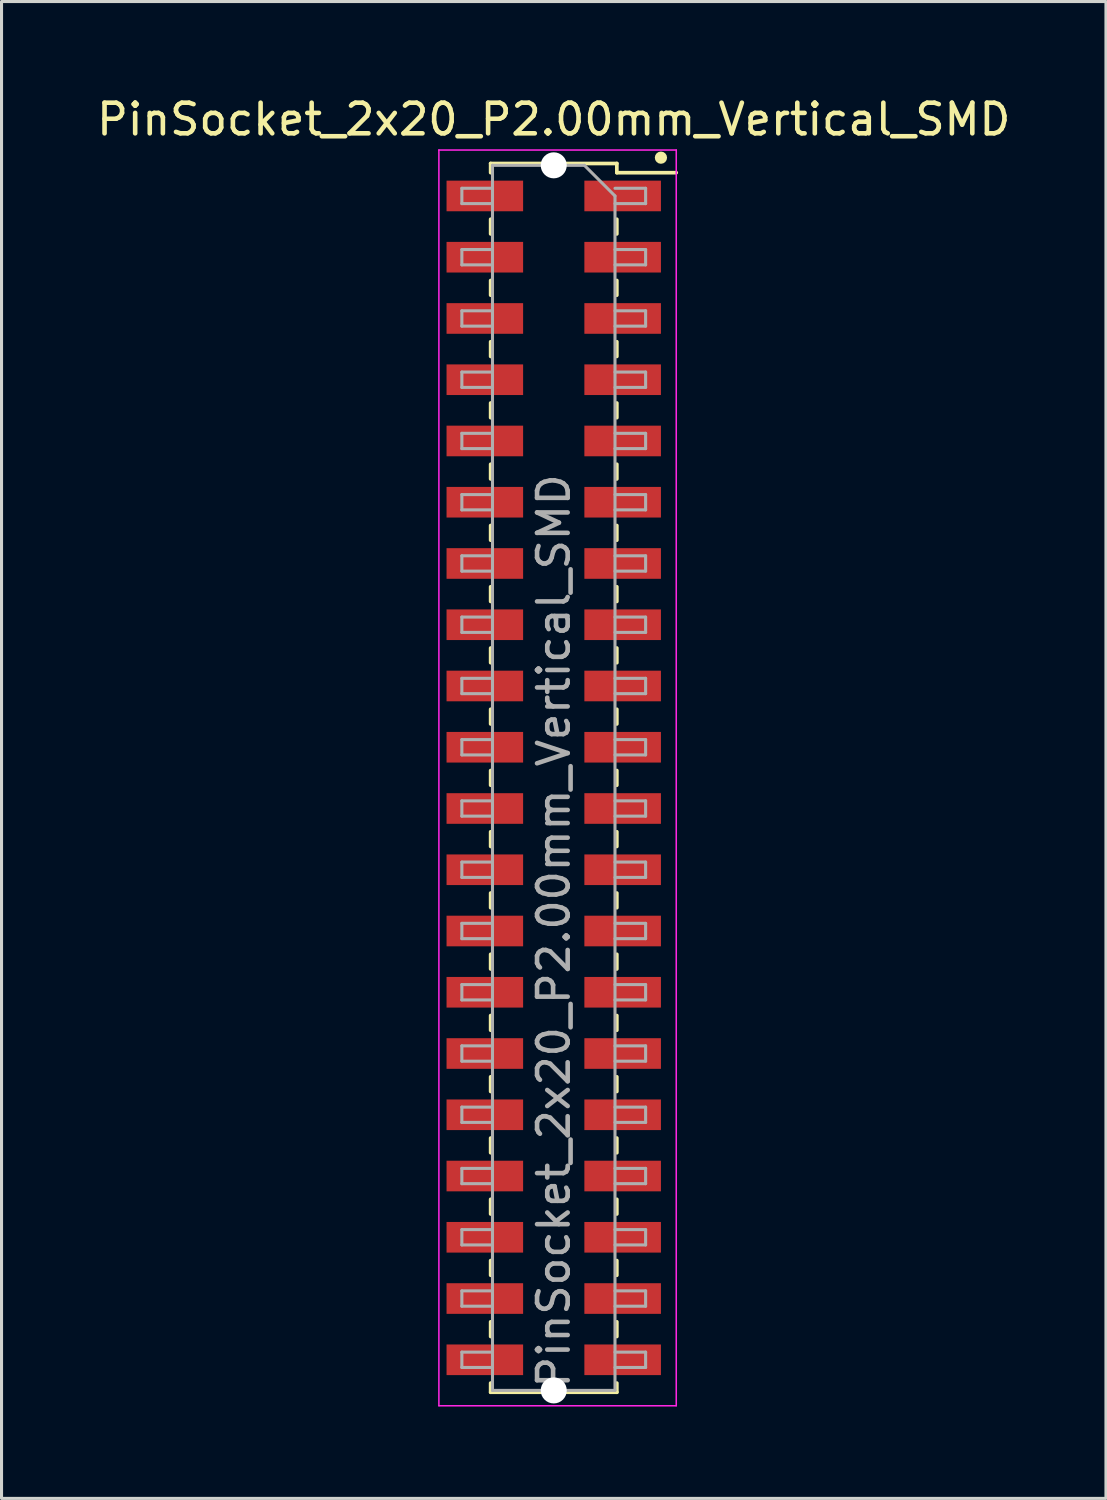
<source format=kicad_pcb>
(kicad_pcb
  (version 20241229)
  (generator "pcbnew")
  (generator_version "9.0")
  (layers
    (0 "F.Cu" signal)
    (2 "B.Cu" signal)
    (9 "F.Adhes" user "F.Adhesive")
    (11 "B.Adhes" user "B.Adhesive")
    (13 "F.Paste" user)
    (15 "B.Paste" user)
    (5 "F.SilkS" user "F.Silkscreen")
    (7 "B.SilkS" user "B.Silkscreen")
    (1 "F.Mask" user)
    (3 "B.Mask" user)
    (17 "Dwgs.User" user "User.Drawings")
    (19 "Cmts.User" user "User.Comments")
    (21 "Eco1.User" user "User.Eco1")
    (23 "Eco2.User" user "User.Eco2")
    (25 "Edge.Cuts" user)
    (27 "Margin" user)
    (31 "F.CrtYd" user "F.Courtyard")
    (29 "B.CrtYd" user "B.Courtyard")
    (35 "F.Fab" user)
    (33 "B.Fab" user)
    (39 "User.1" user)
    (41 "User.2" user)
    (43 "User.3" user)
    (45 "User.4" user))
  (footprint "PinSocket_2x20_P2.00mm_Vertical_SMD"
    (layer "F.Cu")
    (at 15.03 22.348)
    (property "Reference" "PinSocket_2x20_P2.00mm_Vertical_SMD" (at 0 -21.5 0) (layer "F.SilkS") (effects (font (size 1 1) (thickness 0.15))))
    (attr smd)
    (fp_line (start -2.06 -20.06) (end -2.06 -19.76) (stroke (width 0.12) (type solid)) (layer "F.SilkS"))
    (fp_line (start -2.06 -20.06) (end 2.06 -20.06) (stroke (width 0.12) (type solid)) (layer "F.SilkS"))
    (fp_line (start -2.06 -18.24) (end -2.06 -17.76) (stroke (width 0.12) (type solid)) (layer "F.SilkS"))
    (fp_line (start -2.06 -16.24) (end -2.06 -15.76) (stroke (width 0.12) (type solid)) (layer "F.SilkS"))
    (fp_line (start -2.06 -14.24) (end -2.06 -13.76) (stroke (width 0.12) (type solid)) (layer "F.SilkS"))
    (fp_line (start -2.06 -12.24) (end -2.06 -11.76) (stroke (width 0.12) (type solid)) (layer "F.SilkS"))
    (fp_line (start -2.06 -10.24) (end -2.06 -9.76) (stroke (width 0.12) (type solid)) (layer "F.SilkS"))
    (fp_line (start -2.06 -8.24) (end -2.06 -7.76) (stroke (width 0.12) (type solid)) (layer "F.SilkS"))
    (fp_line (start -2.06 -6.24) (end -2.06 -5.76) (stroke (width 0.12) (type solid)) (layer "F.SilkS"))
    (fp_line (start -2.06 -4.24) (end -2.06 -3.76) (stroke (width 0.12) (type solid)) (layer "F.SilkS"))
    (fp_line (start -2.06 -2.24) (end -2.06 -1.76) (stroke (width 0.12) (type solid)) (layer "F.SilkS"))
    (fp_line (start -2.06 -0.24) (end -2.06 0.24) (stroke (width 0.12) (type solid)) (layer "F.SilkS"))
    (fp_line (start -2.06 1.76) (end -2.06 2.24) (stroke (width 0.12) (type solid)) (layer "F.SilkS"))
    (fp_line (start -2.06 3.76) (end -2.06 4.24) (stroke (width 0.12) (type solid)) (layer "F.SilkS"))
    (fp_line (start -2.06 5.76) (end -2.06 6.24) (stroke (width 0.12) (type solid)) (layer "F.SilkS"))
    (fp_line (start -2.06 7.76) (end -2.06 8.24) (stroke (width 0.12) (type solid)) (layer "F.SilkS"))
    (fp_line (start -2.06 9.76) (end -2.06 10.24) (stroke (width 0.12) (type solid)) (layer "F.SilkS"))
    (fp_line (start -2.06 11.76) (end -2.06 12.24) (stroke (width 0.12) (type solid)) (layer "F.SilkS"))
    (fp_line (start -2.06 13.76) (end -2.06 14.24) (stroke (width 0.12) (type solid)) (layer "F.SilkS"))
    (fp_line (start -2.06 15.76) (end -2.06 16.24) (stroke (width 0.12) (type solid)) (layer "F.SilkS"))
    (fp_line (start -2.06 17.76) (end -2.06 18.24) (stroke (width 0.12) (type solid)) (layer "F.SilkS"))
    (fp_line (start -2.06 19.76) (end -2.06 20.06) (stroke (width 0.12) (type solid)) (layer "F.SilkS"))
    (fp_line (start -2.06 20.06) (end 2.06 20.06) (stroke (width 0.12) (type solid)) (layer "F.SilkS"))
    (fp_line (start 2.06 -20.06) (end 2.06 -19.76) (stroke (width 0.12) (type solid)) (layer "F.SilkS"))
    (fp_line (start 2.06 -19.76) (end 4 -19.76) (stroke (width 0.12) (type solid)) (layer "F.SilkS"))
    (fp_line (start 2.06 -18.24) (end 2.06 -17.76) (stroke (width 0.12) (type solid)) (layer "F.SilkS"))
    (fp_line (start 2.06 -16.24) (end 2.06 -15.76) (stroke (width 0.12) (type solid)) (layer "F.SilkS"))
    (fp_line (start 2.06 -14.24) (end 2.06 -13.76) (stroke (width 0.12) (type solid)) (layer "F.SilkS"))
    (fp_line (start 2.06 -12.24) (end 2.06 -11.76) (stroke (width 0.12) (type solid)) (layer "F.SilkS"))
    (fp_line (start 2.06 -10.24) (end 2.06 -9.76) (stroke (width 0.12) (type solid)) (layer "F.SilkS"))
    (fp_line (start 2.06 -8.24) (end 2.06 -7.76) (stroke (width 0.12) (type solid)) (layer "F.SilkS"))
    (fp_line (start 2.06 -6.24) (end 2.06 -5.76) (stroke (width 0.12) (type solid)) (layer "F.SilkS"))
    (fp_line (start 2.06 -4.24) (end 2.06 -3.76) (stroke (width 0.12) (type solid)) (layer "F.SilkS"))
    (fp_line (start 2.06 -2.24) (end 2.06 -1.76) (stroke (width 0.12) (type solid)) (layer "F.SilkS"))
    (fp_line (start 2.06 -0.24) (end 2.06 0.24) (stroke (width 0.12) (type solid)) (layer "F.SilkS"))
    (fp_line (start 2.06 1.76) (end 2.06 2.24) (stroke (width 0.12) (type solid)) (layer "F.SilkS"))
    (fp_line (start 2.06 3.76) (end 2.06 4.24) (stroke (width 0.12) (type solid)) (layer "F.SilkS"))
    (fp_line (start 2.06 5.76) (end 2.06 6.24) (stroke (width 0.12) (type solid)) (layer "F.SilkS"))
    (fp_line (start 2.06 7.76) (end 2.06 8.24) (stroke (width 0.12) (type solid)) (layer "F.SilkS"))
    (fp_line (start 2.06 9.76) (end 2.06 10.24) (stroke (width 0.12) (type solid)) (layer "F.SilkS"))
    (fp_line (start 2.06 11.76) (end 2.06 12.24) (stroke (width 0.12) (type solid)) (layer "F.SilkS"))
    (fp_line (start 2.06 13.76) (end 2.06 14.24) (stroke (width 0.12) (type solid)) (layer "F.SilkS"))
    (fp_line (start 2.06 15.76) (end 2.06 16.24) (stroke (width 0.12) (type solid)) (layer "F.SilkS"))
    (fp_line (start 2.06 17.76) (end 2.06 18.24) (stroke (width 0.12) (type solid)) (layer "F.SilkS"))
    (fp_line (start 2.06 19.76) (end 2.06 20.06) (stroke (width 0.12) (type solid)) (layer "F.SilkS"))
    (fp_circle (center 3.5 -20.25) (end 3.6 -20.25) (stroke (width 0.2) (type solid)) (fill no) (layer "F.SilkS"))
    (fp_line (start -3.75 -20.5) (end 4 -20.5) (stroke (width 0.05) (type solid)) (layer "F.CrtYd"))
    (fp_line (start -3.75 20.5) (end -3.75 -20.5) (stroke (width 0.05) (type solid)) (layer "F.CrtYd"))
    (fp_line (start 4 -20.5) (end 4 20.5) (stroke (width 0.05) (type solid)) (layer "F.CrtYd"))
    (fp_line (start 4 20.5) (end -3.75 20.5) (stroke (width 0.05) (type solid)) (layer "F.CrtYd"))
    (fp_line (start -3 -19.25) (end -2 -19.25) (stroke (width 0.1) (type solid)) (layer "F.Fab"))
    (fp_line (start -3 -18.75) (end -3 -19.25) (stroke (width 0.1) (type solid)) (layer "F.Fab"))
    (fp_line (start -3 -17.25) (end -2 -17.25) (stroke (width 0.1) (type solid)) (layer "F.Fab"))
    (fp_line (start -3 -16.75) (end -3 -17.25) (stroke (width 0.1) (type solid)) (layer "F.Fab"))
    (fp_line (start -3 -15.25) (end -2 -15.25) (stroke (width 0.1) (type solid)) (layer "F.Fab"))
    (fp_line (start -3 -14.75) (end -3 -15.25) (stroke (width 0.1) (type solid)) (layer "F.Fab"))
    (fp_line (start -3 -13.25) (end -2 -13.25) (stroke (width 0.1) (type solid)) (layer "F.Fab"))
    (fp_line (start -3 -12.75) (end -3 -13.25) (stroke (width 0.1) (type solid)) (layer "F.Fab"))
    (fp_line (start -3 -11.25) (end -2 -11.25) (stroke (width 0.1) (type solid)) (layer "F.Fab"))
    (fp_line (start -3 -10.75) (end -3 -11.25) (stroke (width 0.1) (type solid)) (layer "F.Fab"))
    (fp_line (start -3 -9.25) (end -2 -9.25) (stroke (width 0.1) (type solid)) (layer "F.Fab"))
    (fp_line (start -3 -8.75) (end -3 -9.25) (stroke (width 0.1) (type solid)) (layer "F.Fab"))
    (fp_line (start -3 -7.25) (end -2 -7.25) (stroke (width 0.1) (type solid)) (layer "F.Fab"))
    (fp_line (start -3 -6.75) (end -3 -7.25) (stroke (width 0.1) (type solid)) (layer "F.Fab"))
    (fp_line (start -3 -5.25) (end -2 -5.25) (stroke (width 0.1) (type solid)) (layer "F.Fab"))
    (fp_line (start -3 -4.75) (end -3 -5.25) (stroke (width 0.1) (type solid)) (layer "F.Fab"))
    (fp_line (start -3 -3.25) (end -2 -3.25) (stroke (width 0.1) (type solid)) (layer "F.Fab"))
    (fp_line (start -3 -2.75) (end -3 -3.25) (stroke (width 0.1) (type solid)) (layer "F.Fab"))
    (fp_line (start -3 -1.25) (end -2 -1.25) (stroke (width 0.1) (type solid)) (layer "F.Fab"))
    (fp_line (start -3 -0.75) (end -3 -1.25) (stroke (width 0.1) (type solid)) (layer "F.Fab"))
    (fp_line (start -3 0.75) (end -2 0.75) (stroke (width 0.1) (type solid)) (layer "F.Fab"))
    (fp_line (start -3 1.25) (end -3 0.75) (stroke (width 0.1) (type solid)) (layer "F.Fab"))
    (fp_line (start -3 2.75) (end -2 2.75) (stroke (width 0.1) (type solid)) (layer "F.Fab"))
    (fp_line (start -3 3.25) (end -3 2.75) (stroke (width 0.1) (type solid)) (layer "F.Fab"))
    (fp_line (start -3 4.75) (end -2 4.75) (stroke (width 0.1) (type solid)) (layer "F.Fab"))
    (fp_line (start -3 5.25) (end -3 4.75) (stroke (width 0.1) (type solid)) (layer "F.Fab"))
    (fp_line (start -3 6.75) (end -2 6.75) (stroke (width 0.1) (type solid)) (layer "F.Fab"))
    (fp_line (start -3 7.25) (end -3 6.75) (stroke (width 0.1) (type solid)) (layer "F.Fab"))
    (fp_line (start -3 8.75) (end -2 8.75) (stroke (width 0.1) (type solid)) (layer "F.Fab"))
    (fp_line (start -3 9.25) (end -3 8.75) (stroke (width 0.1) (type solid)) (layer "F.Fab"))
    (fp_line (start -3 10.75) (end -2 10.75) (stroke (width 0.1) (type solid)) (layer "F.Fab"))
    (fp_line (start -3 11.25) (end -3 10.75) (stroke (width 0.1) (type solid)) (layer "F.Fab"))
    (fp_line (start -3 12.75) (end -2 12.75) (stroke (width 0.1) (type solid)) (layer "F.Fab"))
    (fp_line (start -3 13.25) (end -3 12.75) (stroke (width 0.1) (type solid)) (layer "F.Fab"))
    (fp_line (start -3 14.75) (end -2 14.75) (stroke (width 0.1) (type solid)) (layer "F.Fab"))
    (fp_line (start -3 15.25) (end -3 14.75) (stroke (width 0.1) (type solid)) (layer "F.Fab"))
    (fp_line (start -3 16.75) (end -2 16.75) (stroke (width 0.1) (type solid)) (layer "F.Fab"))
    (fp_line (start -3 17.25) (end -3 16.75) (stroke (width 0.1) (type solid)) (layer "F.Fab"))
    (fp_line (start -3 18.75) (end -2 18.75) (stroke (width 0.1) (type solid)) (layer "F.Fab"))
    (fp_line (start -3 19.25) (end -3 18.75) (stroke (width 0.1) (type solid)) (layer "F.Fab"))
    (fp_line (start -2 -20) (end 1 -20) (stroke (width 0.1) (type solid)) (layer "F.Fab"))
    (fp_line (start -2 -18.75) (end -3 -18.75) (stroke (width 0.1) (type solid)) (layer "F.Fab"))
    (fp_line (start -2 -16.75) (end -3 -16.75) (stroke (width 0.1) (type solid)) (layer "F.Fab"))
    (fp_line (start -2 -14.75) (end -3 -14.75) (stroke (width 0.1) (type solid)) (layer "F.Fab"))
    (fp_line (start -2 -12.75) (end -3 -12.75) (stroke (width 0.1) (type solid)) (layer "F.Fab"))
    (fp_line (start -2 -10.75) (end -3 -10.75) (stroke (width 0.1) (type solid)) (layer "F.Fab"))
    (fp_line (start -2 -8.75) (end -3 -8.75) (stroke (width 0.1) (type solid)) (layer "F.Fab"))
    (fp_line (start -2 -6.75) (end -3 -6.75) (stroke (width 0.1) (type solid)) (layer "F.Fab"))
    (fp_line (start -2 -4.75) (end -3 -4.75) (stroke (width 0.1) (type solid)) (layer "F.Fab"))
    (fp_line (start -2 -2.75) (end -3 -2.75) (stroke (width 0.1) (type solid)) (layer "F.Fab"))
    (fp_line (start -2 -0.75) (end -3 -0.75) (stroke (width 0.1) (type solid)) (layer "F.Fab"))
    (fp_line (start -2 1.25) (end -3 1.25) (stroke (width 0.1) (type solid)) (layer "F.Fab"))
    (fp_line (start -2 3.25) (end -3 3.25) (stroke (width 0.1) (type solid)) (layer "F.Fab"))
    (fp_line (start -2 5.25) (end -3 5.25) (stroke (width 0.1) (type solid)) (layer "F.Fab"))
    (fp_line (start -2 7.25) (end -3 7.25) (stroke (width 0.1) (type solid)) (layer "F.Fab"))
    (fp_line (start -2 9.25) (end -3 9.25) (stroke (width 0.1) (type solid)) (layer "F.Fab"))
    (fp_line (start -2 11.25) (end -3 11.25) (stroke (width 0.1) (type solid)) (layer "F.Fab"))
    (fp_line (start -2 13.25) (end -3 13.25) (stroke (width 0.1) (type solid)) (layer "F.Fab"))
    (fp_line (start -2 15.25) (end -3 15.25) (stroke (width 0.1) (type solid)) (layer "F.Fab"))
    (fp_line (start -2 17.25) (end -3 17.25) (stroke (width 0.1) (type solid)) (layer "F.Fab"))
    (fp_line (start -2 19.25) (end -3 19.25) (stroke (width 0.1) (type solid)) (layer "F.Fab"))
    (fp_line (start -2 20) (end -2 -20) (stroke (width 0.1) (type solid)) (layer "F.Fab"))
    (fp_line (start 1 -20) (end 2 -19) (stroke (width 0.1) (type solid)) (layer "F.Fab"))
    (fp_line (start 2 -19.25) (end 3 -19.25) (stroke (width 0.1) (type solid)) (layer "F.Fab"))
    (fp_line (start 2 -19) (end 2 20) (stroke (width 0.1) (type solid)) (layer "F.Fab"))
    (fp_line (start 2 -17.25) (end 3 -17.25) (stroke (width 0.1) (type solid)) (layer "F.Fab"))
    (fp_line (start 2 -15.25) (end 3 -15.25) (stroke (width 0.1) (type solid)) (layer "F.Fab"))
    (fp_line (start 2 -13.25) (end 3 -13.25) (stroke (width 0.1) (type solid)) (layer "F.Fab"))
    (fp_line (start 2 -11.25) (end 3 -11.25) (stroke (width 0.1) (type solid)) (layer "F.Fab"))
    (fp_line (start 2 -9.25) (end 3 -9.25) (stroke (width 0.1) (type solid)) (layer "F.Fab"))
    (fp_line (start 2 -7.25) (end 3 -7.25) (stroke (width 0.1) (type solid)) (layer "F.Fab"))
    (fp_line (start 2 -5.25) (end 3 -5.25) (stroke (width 0.1) (type solid)) (layer "F.Fab"))
    (fp_line (start 2 -3.25) (end 3 -3.25) (stroke (width 0.1) (type solid)) (layer "F.Fab"))
    (fp_line (start 2 -1.25) (end 3 -1.25) (stroke (width 0.1) (type solid)) (layer "F.Fab"))
    (fp_line (start 2 0.75) (end 3 0.75) (stroke (width 0.1) (type solid)) (layer "F.Fab"))
    (fp_line (start 2 2.75) (end 3 2.75) (stroke (width 0.1) (type solid)) (layer "F.Fab"))
    (fp_line (start 2 4.75) (end 3 4.75) (stroke (width 0.1) (type solid)) (layer "F.Fab"))
    (fp_line (start 2 6.75) (end 3 6.75) (stroke (width 0.1) (type solid)) (layer "F.Fab"))
    (fp_line (start 2 8.75) (end 3 8.75) (stroke (width 0.1) (type solid)) (layer "F.Fab"))
    (fp_line (start 2 10.75) (end 3 10.75) (stroke (width 0.1) (type solid)) (layer "F.Fab"))
    (fp_line (start 2 12.75) (end 3 12.75) (stroke (width 0.1) (type solid)) (layer "F.Fab"))
    (fp_line (start 2 14.75) (end 3 14.75) (stroke (width 0.1) (type solid)) (layer "F.Fab"))
    (fp_line (start 2 16.75) (end 3 16.75) (stroke (width 0.1) (type solid)) (layer "F.Fab"))
    (fp_line (start 2 18.75) (end 3 18.75) (stroke (width 0.1) (type solid)) (layer "F.Fab"))
    (fp_line (start 2 20) (end -2 20) (stroke (width 0.1) (type solid)) (layer "F.Fab"))
    (fp_line (start 3 -19.25) (end 3 -18.75) (stroke (width 0.1) (type solid)) (layer "F.Fab"))
    (fp_line (start 3 -18.75) (end 2 -18.75) (stroke (width 0.1) (type solid)) (layer "F.Fab"))
    (fp_line (start 3 -17.25) (end 3 -16.75) (stroke (width 0.1) (type solid)) (layer "F.Fab"))
    (fp_line (start 3 -16.75) (end 2 -16.75) (stroke (width 0.1) (type solid)) (layer "F.Fab"))
    (fp_line (start 3 -15.25) (end 3 -14.75) (stroke (width 0.1) (type solid)) (layer "F.Fab"))
    (fp_line (start 3 -14.75) (end 2 -14.75) (stroke (width 0.1) (type solid)) (layer "F.Fab"))
    (fp_line (start 3 -13.25) (end 3 -12.75) (stroke (width 0.1) (type solid)) (layer "F.Fab"))
    (fp_line (start 3 -12.75) (end 2 -12.75) (stroke (width 0.1) (type solid)) (layer "F.Fab"))
    (fp_line (start 3 -11.25) (end 3 -10.75) (stroke (width 0.1) (type solid)) (layer "F.Fab"))
    (fp_line (start 3 -10.75) (end 2 -10.75) (stroke (width 0.1) (type solid)) (layer "F.Fab"))
    (fp_line (start 3 -9.25) (end 3 -8.75) (stroke (width 0.1) (type solid)) (layer "F.Fab"))
    (fp_line (start 3 -8.75) (end 2 -8.75) (stroke (width 0.1) (type solid)) (layer "F.Fab"))
    (fp_line (start 3 -7.25) (end 3 -6.75) (stroke (width 0.1) (type solid)) (layer "F.Fab"))
    (fp_line (start 3 -6.75) (end 2 -6.75) (stroke (width 0.1) (type solid)) (layer "F.Fab"))
    (fp_line (start 3 -5.25) (end 3 -4.75) (stroke (width 0.1) (type solid)) (layer "F.Fab"))
    (fp_line (start 3 -4.75) (end 2 -4.75) (stroke (width 0.1) (type solid)) (layer "F.Fab"))
    (fp_line (start 3 -3.25) (end 3 -2.75) (stroke (width 0.1) (type solid)) (layer "F.Fab"))
    (fp_line (start 3 -2.75) (end 2 -2.75) (stroke (width 0.1) (type solid)) (layer "F.Fab"))
    (fp_line (start 3 -1.25) (end 3 -0.75) (stroke (width 0.1) (type solid)) (layer "F.Fab"))
    (fp_line (start 3 -0.75) (end 2 -0.75) (stroke (width 0.1) (type solid)) (layer "F.Fab"))
    (fp_line (start 3 0.75) (end 3 1.25) (stroke (width 0.1) (type solid)) (layer "F.Fab"))
    (fp_line (start 3 1.25) (end 2 1.25) (stroke (width 0.1) (type solid)) (layer "F.Fab"))
    (fp_line (start 3 2.75) (end 3 3.25) (stroke (width 0.1) (type solid)) (layer "F.Fab"))
    (fp_line (start 3 3.25) (end 2 3.25) (stroke (width 0.1) (type solid)) (layer "F.Fab"))
    (fp_line (start 3 4.75) (end 3 5.25) (stroke (width 0.1) (type solid)) (layer "F.Fab"))
    (fp_line (start 3 5.25) (end 2 5.25) (stroke (width 0.1) (type solid)) (layer "F.Fab"))
    (fp_line (start 3 6.75) (end 3 7.25) (stroke (width 0.1) (type solid)) (layer "F.Fab"))
    (fp_line (start 3 7.25) (end 2 7.25) (stroke (width 0.1) (type solid)) (layer "F.Fab"))
    (fp_line (start 3 8.75) (end 3 9.25) (stroke (width 0.1) (type solid)) (layer "F.Fab"))
    (fp_line (start 3 9.25) (end 2 9.25) (stroke (width 0.1) (type solid)) (layer "F.Fab"))
    (fp_line (start 3 10.75) (end 3 11.25) (stroke (width 0.1) (type solid)) (layer "F.Fab"))
    (fp_line (start 3 11.25) (end 2 11.25) (stroke (width 0.1) (type solid)) (layer "F.Fab"))
    (fp_line (start 3 12.75) (end 3 13.25) (stroke (width 0.1) (type solid)) (layer "F.Fab"))
    (fp_line (start 3 13.25) (end 2 13.25) (stroke (width 0.1) (type solid)) (layer "F.Fab"))
    (fp_line (start 3 14.75) (end 3 15.25) (stroke (width 0.1) (type solid)) (layer "F.Fab"))
    (fp_line (start 3 15.25) (end 2 15.25) (stroke (width 0.1) (type solid)) (layer "F.Fab"))
    (fp_line (start 3 16.75) (end 3 17.25) (stroke (width 0.1) (type solid)) (layer "F.Fab"))
    (fp_line (start 3 17.25) (end 2 17.25) (stroke (width 0.1) (type solid)) (layer "F.Fab"))
    (fp_line (start 3 18.75) (end 3 19.25) (stroke (width 0.1) (type solid)) (layer "F.Fab"))
    (fp_line (start 3 19.25) (end 2 19.25) (stroke (width 0.1) (type solid)) (layer "F.Fab"))
    (fp_text user "${REFERENCE}" (at 0 5 90) (layer "F.Fab") (effects (font (size 1 1) (thickness 0.15))))
    (pad "" np_thru_hole circle (at 0 -20) (size 0.85 0.85) (drill 0.85) (layers "*.Cu" "*.Mask"))
    (pad "" np_thru_hole circle (at 0 20) (size 0.85 0.85) (drill 0.85) (layers "*.Cu" "*.Mask"))
    (pad "1" smd rect (at 2.25 -19) (size 2.5 1) (layers "F.Cu" "F.Mask" "F.Paste"))
    (pad "2" smd rect (at -2.25 -19) (size 2.5 1) (layers "F.Cu" "F.Mask" "F.Paste"))
    (pad "3" smd rect (at 2.25 -17) (size 2.5 1) (layers "F.Cu" "F.Mask" "F.Paste"))
    (pad "4" smd rect (at -2.25 -17) (size 2.5 1) (layers "F.Cu" "F.Mask" "F.Paste"))
    (pad "5" smd rect (at 2.25 -15) (size 2.5 1) (layers "F.Cu" "F.Mask" "F.Paste"))
    (pad "6" smd rect (at -2.25 -15) (size 2.5 1) (layers "F.Cu" "F.Mask" "F.Paste"))
    (pad "7" smd rect (at 2.25 -13) (size 2.5 1) (layers "F.Cu" "F.Mask" "F.Paste"))
    (pad "8" smd rect (at -2.25 -13) (size 2.5 1) (layers "F.Cu" "F.Mask" "F.Paste"))
    (pad "9" smd rect (at 2.25 -11) (size 2.5 1) (layers "F.Cu" "F.Mask" "F.Paste"))
    (pad "10" smd rect (at -2.25 -11) (size 2.5 1) (layers "F.Cu" "F.Mask" "F.Paste"))
    (pad "11" smd rect (at 2.25 -9) (size 2.5 1) (layers "F.Cu" "F.Mask" "F.Paste"))
    (pad "12" smd rect (at -2.25 -9) (size 2.5 1) (layers "F.Cu" "F.Mask" "F.Paste"))
    (pad "13" smd rect (at 2.25 -7) (size 2.5 1) (layers "F.Cu" "F.Mask" "F.Paste"))
    (pad "14" smd rect (at -2.25 -7) (size 2.5 1) (layers "F.Cu" "F.Mask" "F.Paste"))
    (pad "15" smd rect (at 2.25 -5) (size 2.5 1) (layers "F.Cu" "F.Mask" "F.Paste"))
    (pad "16" smd rect (at -2.25 -5) (size 2.5 1) (layers "F.Cu" "F.Mask" "F.Paste"))
    (pad "17" smd rect (at 2.25 -3) (size 2.5 1) (layers "F.Cu" "F.Mask" "F.Paste"))
    (pad "18" smd rect (at -2.25 -3) (size 2.5 1) (layers "F.Cu" "F.Mask" "F.Paste"))
    (pad "19" smd rect (at 2.25 -1) (size 2.5 1) (layers "F.Cu" "F.Mask" "F.Paste"))
    (pad "20" smd rect (at -2.25 -1) (size 2.5 1) (layers "F.Cu" "F.Mask" "F.Paste"))
    (pad "21" smd rect (at 2.25 1) (size 2.5 1) (layers "F.Cu" "F.Mask" "F.Paste"))
    (pad "22" smd rect (at -2.25 1) (size 2.5 1) (layers "F.Cu" "F.Mask" "F.Paste"))
    (pad "23" smd rect (at 2.25 3) (size 2.5 1) (layers "F.Cu" "F.Mask" "F.Paste"))
    (pad "24" smd rect (at -2.25 3) (size 2.5 1) (layers "F.Cu" "F.Mask" "F.Paste"))
    (pad "25" smd rect (at 2.25 5) (size 2.5 1) (layers "F.Cu" "F.Mask" "F.Paste"))
    (pad "26" smd rect (at -2.25 5) (size 2.5 1) (layers "F.Cu" "F.Mask" "F.Paste"))
    (pad "27" smd rect (at 2.25 7) (size 2.5 1) (layers "F.Cu" "F.Mask" "F.Paste"))
    (pad "28" smd rect (at -2.25 7) (size 2.5 1) (layers "F.Cu" "F.Mask" "F.Paste"))
    (pad "29" smd rect (at 2.25 9) (size 2.5 1) (layers "F.Cu" "F.Mask" "F.Paste"))
    (pad "30" smd rect (at -2.25 9) (size 2.5 1) (layers "F.Cu" "F.Mask" "F.Paste"))
    (pad "31" smd rect (at 2.25 11) (size 2.5 1) (layers "F.Cu" "F.Mask" "F.Paste"))
    (pad "32" smd rect (at -2.25 11) (size 2.5 1) (layers "F.Cu" "F.Mask" "F.Paste"))
    (pad "33" smd rect (at 2.25 13) (size 2.5 1) (layers "F.Cu" "F.Mask" "F.Paste"))
    (pad "34" smd rect (at -2.25 13) (size 2.5 1) (layers "F.Cu" "F.Mask" "F.Paste"))
    (pad "35" smd rect (at 2.25 15) (size 2.5 1) (layers "F.Cu" "F.Mask" "F.Paste"))
    (pad "36" smd rect (at -2.25 15) (size 2.5 1) (layers "F.Cu" "F.Mask" "F.Paste"))
    (pad "37" smd rect (at 2.25 17) (size 2.5 1) (layers "F.Cu" "F.Mask" "F.Paste"))
    (pad "38" smd rect (at -2.25 17) (size 2.5 1) (layers "F.Cu" "F.Mask" "F.Paste"))
    (pad "39" smd rect (at 2.25 19) (size 2.5 1) (layers "F.Cu" "F.Mask" "F.Paste"))
    (pad "40" smd rect (at -2.25 19) (size 2.5 1) (layers "F.Cu" "F.Mask" "F.Paste")))
  (gr_rect
    (start -3 -3)
    (end 33.06 45.873)
    (stroke (width 0.1) (type default))
    (fill no)
    (layer "Edge.Cuts")))
</source>
